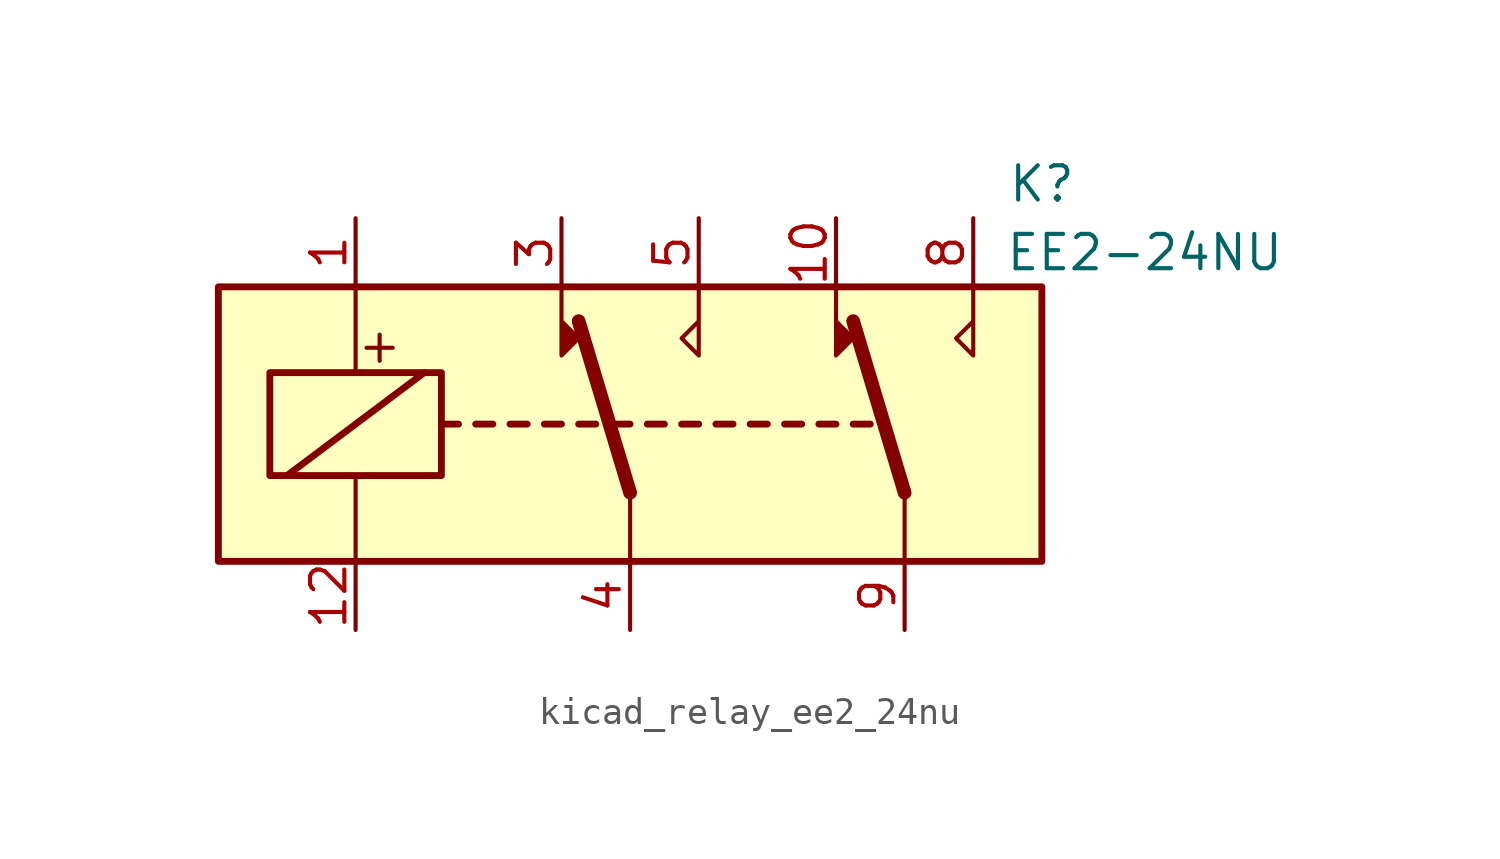
<source format=kicad_sym>
(kicad_symbol_lib
  (version 20220914)
  (generator kicad_symbol_editor)
  (symbol "kicad_relay_ee2_24nu"
    (property "Reference" "K"
      (at 15.24 8.89 0)
      (effects (font (size 1.27 1.27))))
    (property "Value" "EE2-24NU"
      (at 19.05 6.35 0)
      (effects (font (size 1.27 1.27))))
    (symbol "kicad_relay_ee2_24nu_1_1"
      (rectangle (start -15.24 5.08) (end 15.24 -5.08) (stroke (width 0.254) (type default)) (fill (type background)))
      (rectangle (start -13.335 1.905) (end -6.985 -1.905) (stroke (width 0.254) (type default)) (fill (type none)))
      (polyline (pts (xy -12.7 -1.905) (xy -7.62 1.905)) (stroke (width 0.254) (type default)) (fill (type none)))
      (polyline (pts (xy -10.16 -5.08) (xy -10.16 -1.905)) (stroke (width 0) (type default)) (fill (type none)))
      (polyline (pts (xy -10.16 5.08) (xy -10.16 1.905)) (stroke (width 0) (type default)) (fill (type none)))
      (polyline (pts (xy -6.985 0) (xy -6.35 0)) (stroke (width 0.254) (type default)) (fill (type none)))
      (polyline (pts (xy -5.715 0) (xy -5.08 0)) (stroke (width 0.254) (type default)) (fill (type none)))
      (polyline (pts (xy -4.445 0) (xy -3.81 0)) (stroke (width 0.254) (type default)) (fill (type none)))
      (polyline (pts (xy -3.175 0) (xy -2.54 0)) (stroke (width 0.254) (type default)) (fill (type none)))
      (polyline (pts (xy -1.905 0) (xy -1.27 0)) (stroke (width 0.254) (type default)) (fill (type none)))
      (polyline (pts (xy -0.635 0) (xy 0 0)) (stroke (width 0.254) (type default)) (fill (type none)))
      (polyline (pts (xy 0 -2.54) (xy -1.905 3.81)) (stroke (width 0.508) (type default)) (fill (type none)))
      (polyline (pts (xy 0 -2.54) (xy 0 -5.08)) (stroke (width 0) (type default)) (fill (type none)))
      (polyline (pts (xy 0.635 0) (xy 1.27 0)) (stroke (width 0.254) (type default)) (fill (type none)))
      (polyline (pts (xy 1.905 0) (xy 2.54 0)) (stroke (width 0.254) (type default)) (fill (type none)))
      (polyline (pts (xy 3.175 0) (xy 3.81 0)) (stroke (width 0.254) (type default)) (fill (type none)))
      (polyline (pts (xy 4.445 0) (xy 5.08 0)) (stroke (width 0.254) (type default)) (fill (type none)))
      (polyline (pts (xy 5.715 0) (xy 6.35 0)) (stroke (width 0.254) (type default)) (fill (type none)))
      (polyline (pts (xy 6.985 0) (xy 7.62 0)) (stroke (width 0.254) (type default)) (fill (type none)))
      (polyline (pts (xy 8.255 0) (xy 8.89 0)) (stroke (width 0.254) (type default)) (fill (type none)))
      (polyline (pts (xy 10.16 -2.54) (xy 8.255 3.81)) (stroke (width 0.508) (type default)) (fill (type none)))
      (polyline (pts (xy 10.16 -2.54) (xy 10.16 -5.08)) (stroke (width 0) (type default)) (fill (type none)))
      (polyline (pts (xy -2.54 5.08) (xy -2.54 2.54) (xy -1.905 3.175) (xy -2.54 3.81)) (stroke (width 0) (type default)) (fill (type outline)))
      (polyline (pts (xy 2.54 5.08) (xy 2.54 2.54) (xy 1.905 3.175) (xy 2.54 3.81)) (stroke (width 0) (type default)) (fill (type none)))
      (polyline (pts (xy 7.62 5.08) (xy 7.62 2.54) (xy 8.255 3.175) (xy 7.62 3.81)) (stroke (width 0) (type default)) (fill (type outline)))
      (polyline (pts (xy 12.7 5.08) (xy 12.7 2.54) (xy 12.065 3.175) (xy 12.7 3.81)) (stroke (width 0) (type default)) (fill (type none)))
      (text "+" (at -9.271 2.921 0) (effects (font (size 1.27 1.27))))
      (pin passive line (at -10.16 7.62 270) (length 2.54) (name "~" (effects (font (size 1.27 1.27)))) (number "1" (effects (font (size 1.27 1.27)))))
      (pin passive line (at 7.62 7.62 270) (length 2.54) (name "~" (effects (font (size 1.27 1.27)))) (number "10" (effects (font (size 1.27 1.27)))))
      (pin passive line (at -10.16 -7.62 90) (length 2.54) (name "~" (effects (font (size 1.27 1.27)))) (number "12" (effects (font (size 1.27 1.27)))))
      (pin passive line (at -2.54 7.62 270) (length 2.54) (name "~" (effects (font (size 1.27 1.27)))) (number "3" (effects (font (size 1.27 1.27)))))
      (pin passive line (at 0 -7.62 90) (length 2.54) (name "~" (effects (font (size 1.27 1.27)))) (number "4" (effects (font (size 1.27 1.27)))))
      (pin passive line (at 2.54 7.62 270) (length 2.54) (name "~" (effects (font (size 1.27 1.27)))) (number "5" (effects (font (size 1.27 1.27)))))
      (pin passive line (at 12.7 7.62 270) (length 2.54) (name "~" (effects (font (size 1.27 1.27)))) (number "8" (effects (font (size 1.27 1.27)))))
      (pin passive line (at 10.16 -7.62 90) (length 2.54) (name "~" (effects (font (size 1.27 1.27)))) (number "9" (effects (font (size 1.27 1.27))))))))
</source>
